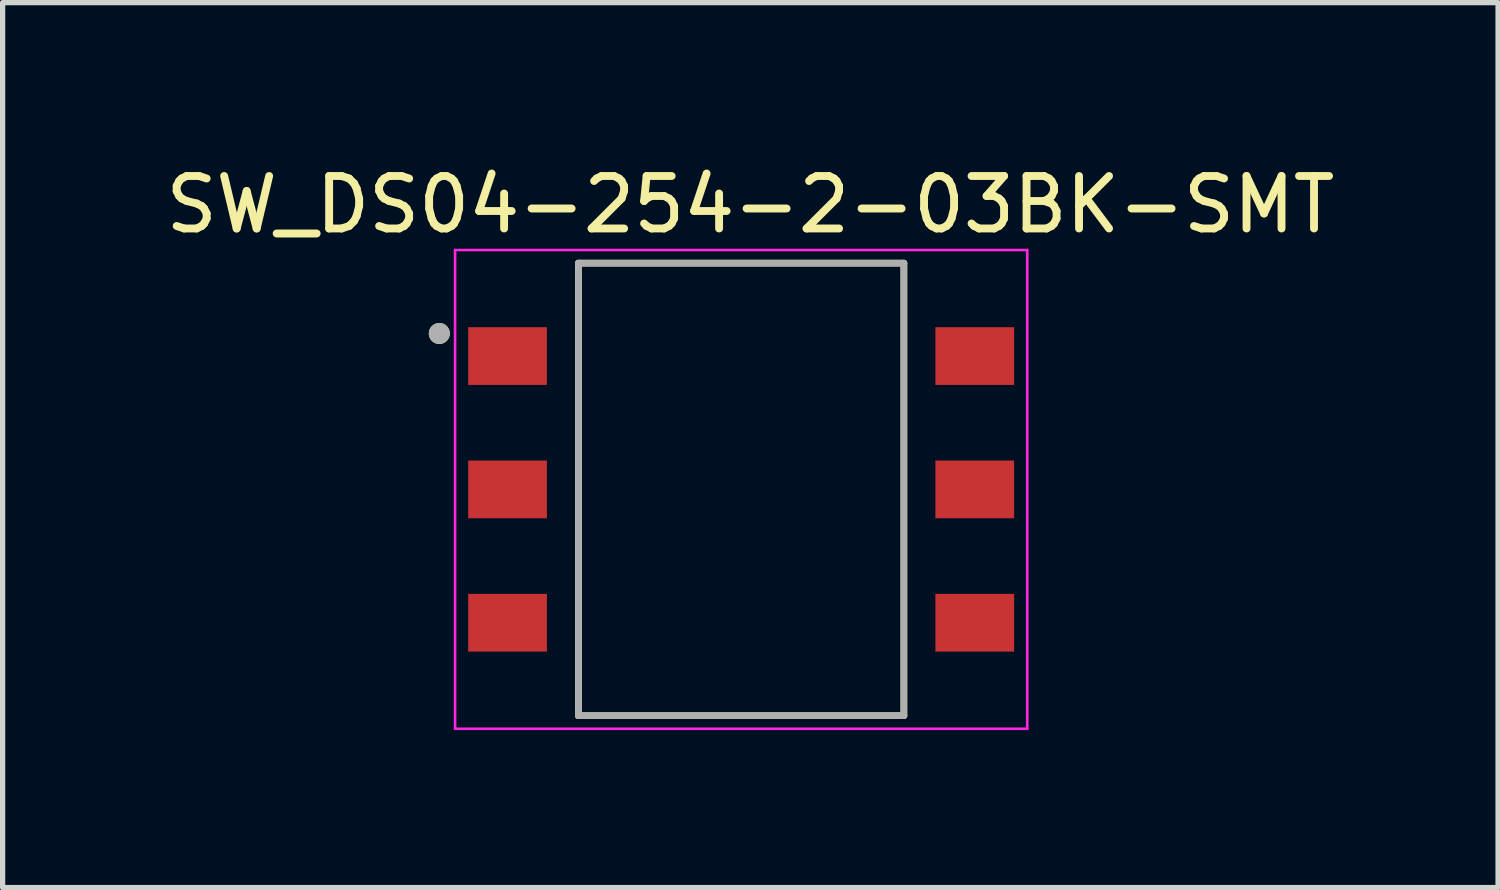
<source format=kicad_pcb>
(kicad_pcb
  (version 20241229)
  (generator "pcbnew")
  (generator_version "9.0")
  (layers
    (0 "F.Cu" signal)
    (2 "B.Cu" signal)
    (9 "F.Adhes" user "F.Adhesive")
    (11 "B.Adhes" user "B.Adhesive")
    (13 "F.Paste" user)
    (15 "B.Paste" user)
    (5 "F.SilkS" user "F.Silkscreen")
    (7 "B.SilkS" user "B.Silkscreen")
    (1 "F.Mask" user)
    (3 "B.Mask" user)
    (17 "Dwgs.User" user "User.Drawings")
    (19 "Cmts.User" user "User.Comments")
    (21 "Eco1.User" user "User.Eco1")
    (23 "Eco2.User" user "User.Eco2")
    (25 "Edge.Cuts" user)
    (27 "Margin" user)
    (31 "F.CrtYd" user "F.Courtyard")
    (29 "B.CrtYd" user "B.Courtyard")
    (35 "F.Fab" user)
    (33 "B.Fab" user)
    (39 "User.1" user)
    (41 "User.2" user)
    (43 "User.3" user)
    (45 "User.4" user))
  (footprint "SW_DS04-254-2-03BK-SMT"
    (layer "F.Cu")
    (at 11.069 6.273)
    (property "Reference" "SW_DS04-254-2-03BK-SMT" (at 0.175 -5.425 0) (layer "F.SilkS") (effects (font (size 1 1) (thickness 0.15))))
    (attr smd)
    (fp_line (start -3.1 -4.31) (end 3.1 -4.31) (stroke (width 0.127) (type solid)) (layer "F.SilkS"))
    (fp_line (start -3.1 4.31) (end -3.1 -4.31) (stroke (width 0.127) (type solid)) (layer "F.SilkS"))
    (fp_line (start 3.1 -4.31) (end 3.1 4.31) (stroke (width 0.127) (type solid)) (layer "F.SilkS"))
    (fp_line (start 3.1 4.31) (end -3.1 4.31) (stroke (width 0.127) (type solid)) (layer "F.SilkS"))
    (fp_circle (center -5.75 -2.97) (end -5.65 -2.97) (stroke (width 0.2) (type solid)) (fill no) (layer "F.SilkS"))
    (fp_line (start -5.45 -4.56) (end -5.45 4.56) (stroke (width 0.05) (type solid)) (layer "F.CrtYd"))
    (fp_line (start -5.45 4.56) (end 5.45 4.56) (stroke (width 0.05) (type solid)) (layer "F.CrtYd"))
    (fp_line (start 5.45 -4.56) (end -5.45 -4.56) (stroke (width 0.05) (type solid)) (layer "F.CrtYd"))
    (fp_line (start 5.45 4.56) (end 5.45 -4.56) (stroke (width 0.05) (type solid)) (layer "F.CrtYd"))
    (fp_line (start -3.1 -4.31) (end 3.1 -4.31) (stroke (width 0.127) (type solid)) (layer "F.Fab"))
    (fp_line (start -3.1 4.31) (end -3.1 -4.31) (stroke (width 0.127) (type solid)) (layer "F.Fab"))
    (fp_line (start 3.1 -4.31) (end 3.1 4.31) (stroke (width 0.127) (type solid)) (layer "F.Fab"))
    (fp_line (start 3.1 4.31) (end -3.1 4.31) (stroke (width 0.127) (type solid)) (layer "F.Fab"))
    (fp_circle (center -5.75 -2.97) (end -5.65 -2.97) (stroke (width 0.2) (type solid)) (fill no) (layer "F.Fab"))
    (pad "1A" smd rect (at -4.45 -2.54) (size 1.5 1.1) (layers "F.Cu" "F.Mask" "F.Paste"))
    (pad "1B" smd rect (at 4.45 -2.54) (size 1.5 1.1) (layers "F.Cu" "F.Mask" "F.Paste"))
    (pad "2A" smd rect (at -4.45 0) (size 1.5 1.1) (layers "F.Cu" "F.Mask" "F.Paste"))
    (pad "2B" smd rect (at 4.45 0) (size 1.5 1.1) (layers "F.Cu" "F.Mask" "F.Paste"))
    (pad "3A" smd rect (at -4.45 2.54) (size 1.5 1.1) (layers "F.Cu" "F.Mask" "F.Paste"))
    (pad "3B" smd rect (at 4.45 2.54) (size 1.5 1.1) (layers "F.Cu" "F.Mask" "F.Paste")))
  (gr_rect
    (start -3 -3)
    (end 25.488 13.858)
    (stroke (width 0.1) (type default))
    (fill no)
    (layer "Edge.Cuts")))
</source>
